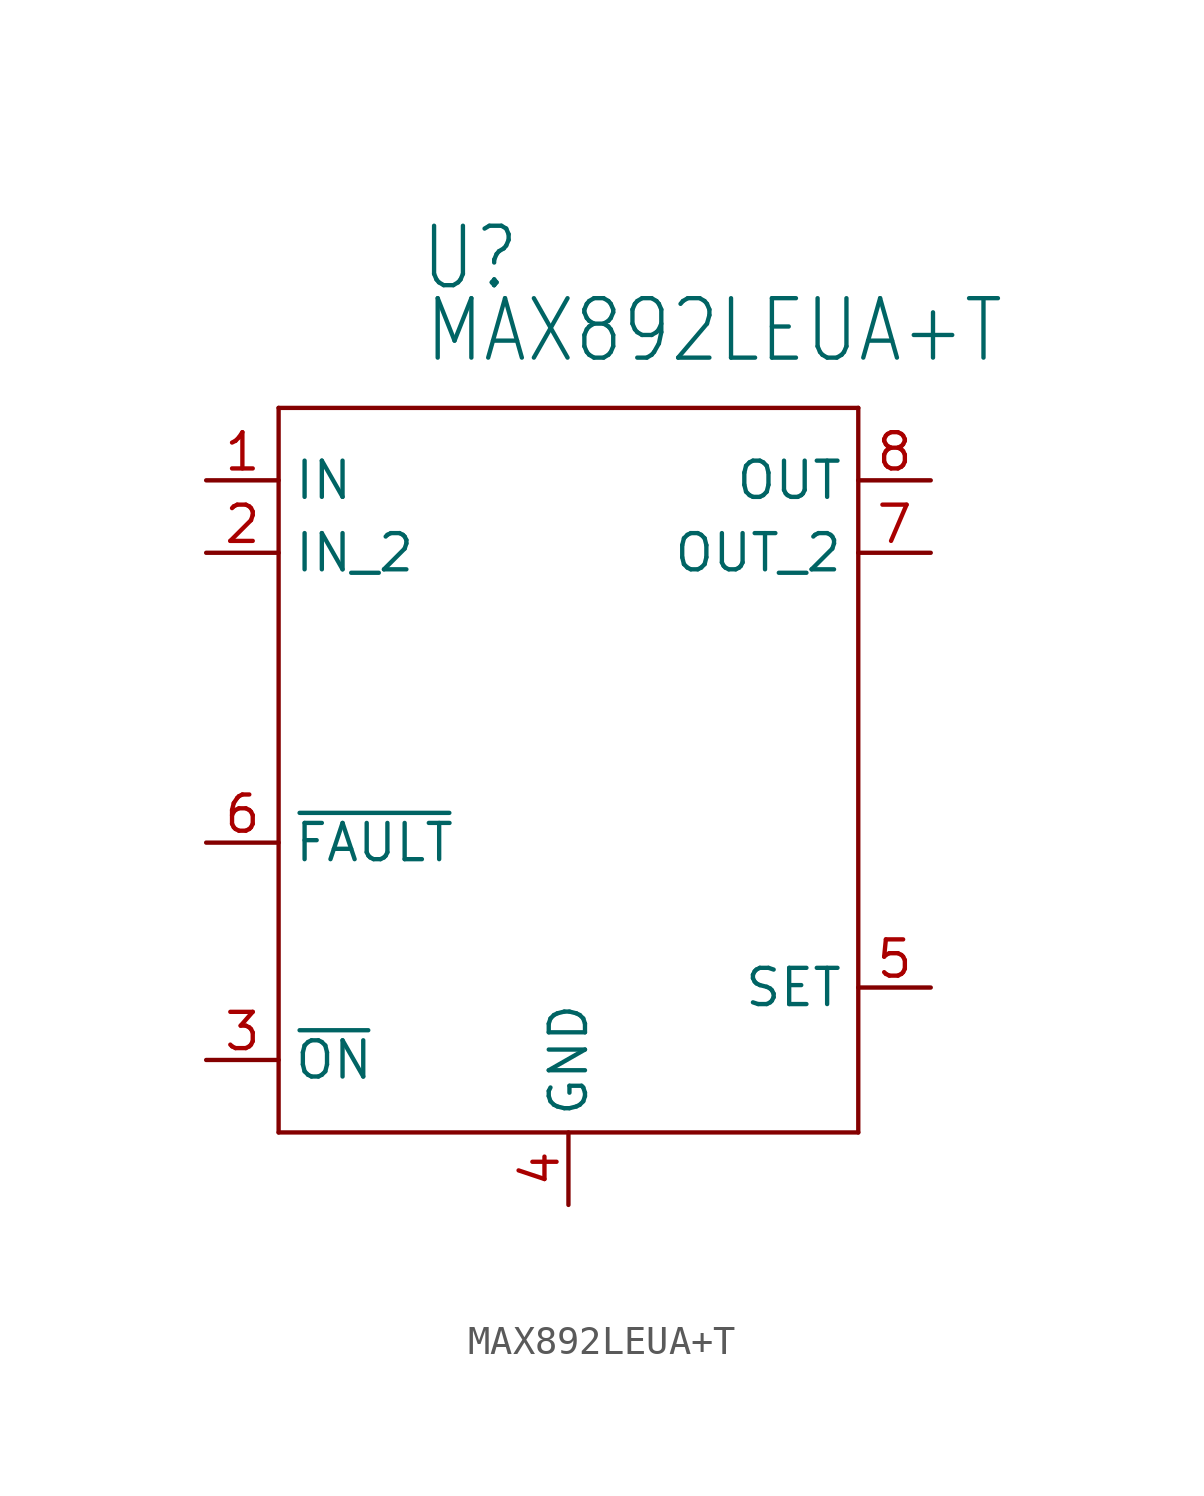
<source format=kicad_sym>
(kicad_symbol_lib
  (version 20220914)
  (generator kicad_symbol_editor)
  (symbol "MAX892LEUA+T"
    (property "Reference" "U"
      (at -5.232 14.199 0)
      (effects (font (size 2.083 1.77)) (justify left bottom)))
    (property "Value" "MAX892LEUA+T"
      (at -5.105 11.659 0)
      (effects (font (size 2.083 1.77)) (justify left bottom)))
    (property "ki_locked" ""
      (at 0 0 0)
      (effects (font (size 1.27 1.27))))
    (symbol "MAX892LEUA+T_1_0"
      (polyline (pts (xy -10.16 -15.24) (xy 10.16 -15.24)) (stroke (width 0.152) (type default)) (fill (type none)))
      (polyline (pts (xy -10.16 10.16) (xy -10.16 -15.24)) (stroke (width 0.152) (type default)) (fill (type none)))
      (polyline (pts (xy 10.16 -15.24) (xy 10.16 10.16)) (stroke (width 0.152) (type default)) (fill (type none)))
      (polyline (pts (xy 10.16 10.16) (xy -10.16 10.16)) (stroke (width 0.152) (type default)) (fill (type none)))
      (pin power_in line (at -12.7 7.62 0) (length 2.54) (name "IN" (effects (font (size 1.27 1.27)))) (number "1" (effects (font (size 1.27 1.27)))))
      (pin power_in line (at -12.7 5.08 0) (length 2.54) (name "IN_2" (effects (font (size 1.27 1.27)))) (number "2" (effects (font (size 1.27 1.27)))))
      (pin input line (at -12.7 -12.7 0) (length 2.54) (name "~{ON}" (effects (font (size 1.27 1.27)))) (number "3" (effects (font (size 1.27 1.27)))))
      (pin power_in line (at 0 -17.78 90) (length 2.54) (name "GND" (effects (font (size 1.27 1.27)))) (number "4" (effects (font (size 1.27 1.27)))))
      (pin input line (at 12.7 -10.16 180) (length 2.54) (name "SET" (effects (font (size 1.27 1.27)))) (number "5" (effects (font (size 1.27 1.27)))))
      (pin output line (at -12.7 -5.08 0) (length 2.54) (name "~{FAULT}" (effects (font (size 1.27 1.27)))) (number "6" (effects (font (size 1.27 1.27)))))
      (pin power_in line (at 12.7 5.08 180) (length 2.54) (name "OUT_2" (effects (font (size 1.27 1.27)))) (number "7" (effects (font (size 1.27 1.27)))))
      (pin power_in line (at 12.7 7.62 180) (length 2.54) (name "OUT" (effects (font (size 1.27 1.27)))) (number "8" (effects (font (size 1.27 1.27))))))))
</source>
